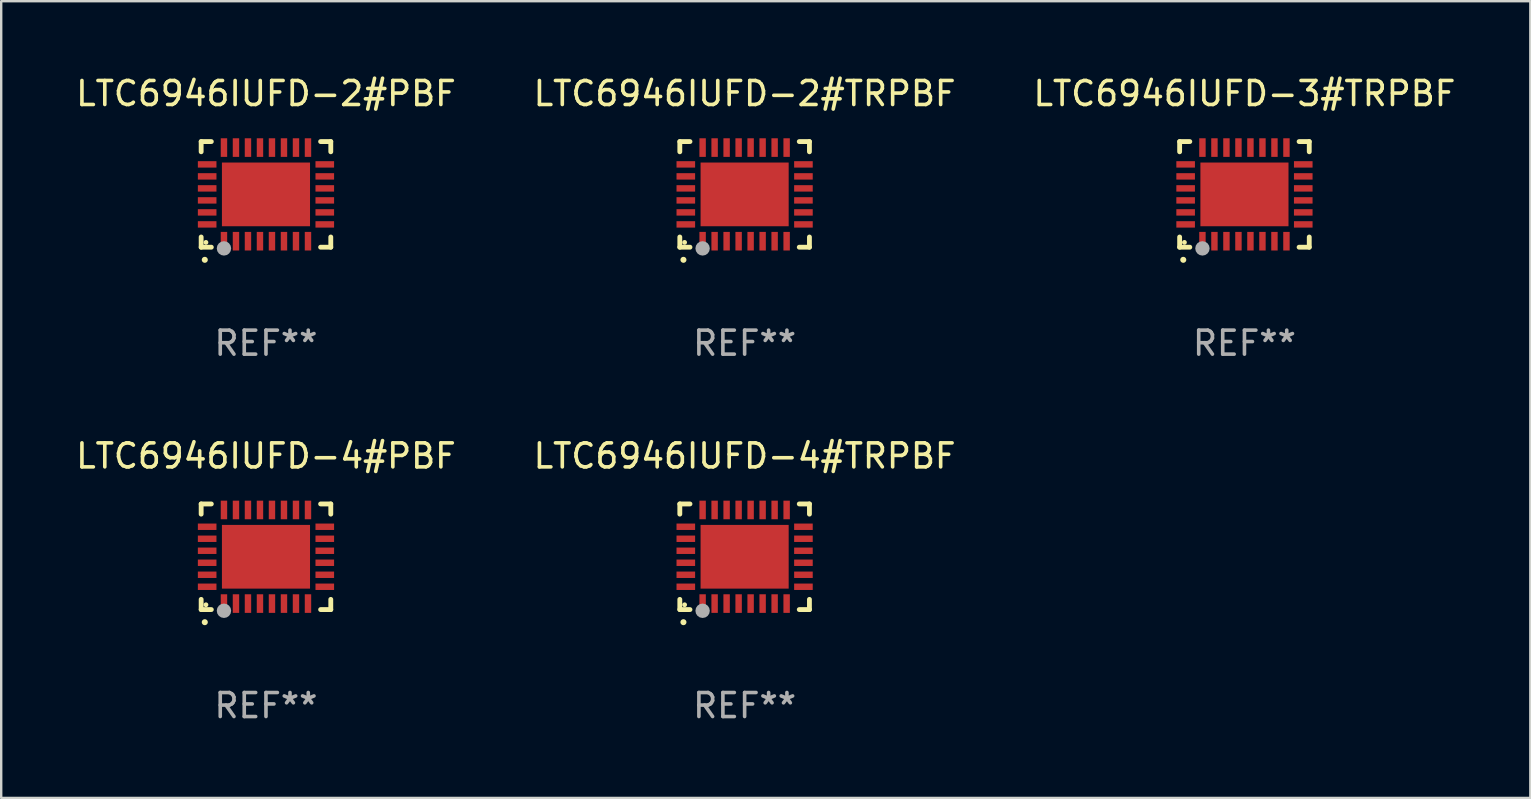
<source format=kicad_pcb>
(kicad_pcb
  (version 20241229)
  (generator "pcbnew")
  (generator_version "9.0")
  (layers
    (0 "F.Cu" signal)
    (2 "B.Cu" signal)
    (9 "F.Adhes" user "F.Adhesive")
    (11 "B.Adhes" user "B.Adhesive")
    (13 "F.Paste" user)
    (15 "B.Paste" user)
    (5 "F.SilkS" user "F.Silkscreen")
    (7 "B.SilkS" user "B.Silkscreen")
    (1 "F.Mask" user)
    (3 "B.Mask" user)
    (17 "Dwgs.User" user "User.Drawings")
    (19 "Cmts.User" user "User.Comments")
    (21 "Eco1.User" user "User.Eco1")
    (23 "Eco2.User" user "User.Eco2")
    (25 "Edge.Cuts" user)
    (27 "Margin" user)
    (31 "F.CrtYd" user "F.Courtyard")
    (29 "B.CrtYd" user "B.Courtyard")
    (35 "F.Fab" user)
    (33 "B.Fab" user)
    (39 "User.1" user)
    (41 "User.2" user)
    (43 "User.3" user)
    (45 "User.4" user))
  (footprint "LTC6946IUFD-4#PBF"
    (layer "F.Cu")
    (at 8.03 20.144)
    (property "Reference" "LTC6946IUFD-4#PBF" (at 0 -4.2 0) (layer "F.SilkS") (effects (font (size 1 1) (thickness 0.15))))
    (attr through_hole)
    (fp_line (start -2.7 -2.2) (end -2.276 -2.2) (stroke (width 0.201) (type solid)) (layer "F.SilkS"))
    (fp_line (start -2.7 -1.775) (end -2.7 -2.2) (stroke (width 0.201) (type solid)) (layer "F.SilkS"))
    (fp_line (start -2.7 2.2) (end -2.7 1.775) (stroke (width 0.201) (type solid)) (layer "F.SilkS"))
    (fp_line (start -2.276 2.2) (end -2.7 2.2) (stroke (width 0.201) (type solid)) (layer "F.SilkS"))
    (fp_line (start 2.276 2.2) (end 2.7 2.2) (stroke (width 0.201) (type solid)) (layer "F.SilkS"))
    (fp_line (start 2.7 -2.2) (end 2.276 -2.2) (stroke (width 0.201) (type solid)) (layer "F.SilkS"))
    (fp_line (start 2.7 -1.775) (end 2.7 -2.2) (stroke (width 0.201) (type solid)) (layer "F.SilkS"))
    (fp_line (start 2.7 2.2) (end 2.7 1.775) (stroke (width 0.201) (type solid)) (layer "F.SilkS"))
    (fp_arc (start -2.550165 2.725425) (mid -2.548895 2.725419) (end -2.547625 2.725425) (stroke (width 0.24892) (type solid)) (layer "F.SilkS"))
    (fp_circle (center -2.5 2) (end -2.45 2) (stroke (width 0.1) (type solid)) (fill no) (layer "F.SilkS"))
    (fp_circle (center -1.75 2.25) (end -1.6 2.25) (stroke (width 0.3) (type solid)) (fill no) (layer "F.Fab"))
    (fp_text user "REF**" (at 0 6.2 0) (layer "F.Fab") (effects (font (size 1 1) (thickness 0.15))))
    (pad "1" smd rect (at -1.75 1.95) (size 0.267 0.775) (layers "F.Cu" "F.Mask" "F.Paste"))
    (pad "2" smd rect (at -1.25 1.95) (size 0.267 0.775) (layers "F.Cu" "F.Mask" "F.Paste"))
    (pad "3" smd rect (at -0.75 1.95) (size 0.267 0.775) (layers "F.Cu" "F.Mask" "F.Paste"))
    (pad "4" smd rect (at -0.25 1.95) (size 0.267 0.775) (layers "F.Cu" "F.Mask" "F.Paste"))
    (pad "5" smd rect (at 0.25 1.95) (size 0.267 0.775) (layers "F.Cu" "F.Mask" "F.Paste"))
    (pad "6" smd rect (at 0.75 1.95) (size 0.267 0.775) (layers "F.Cu" "F.Mask" "F.Paste"))
    (pad "7" smd rect (at 1.25 1.95) (size 0.267 0.775) (layers "F.Cu" "F.Mask" "F.Paste"))
    (pad "8" smd rect (at 1.75 1.95) (size 0.267 0.775) (layers "F.Cu" "F.Mask" "F.Paste"))
    (pad "9" smd rect (at 2.45 1.25) (size 0.775 0.267) (layers "F.Cu" "F.Mask" "F.Paste"))
    (pad "10" smd rect (at 2.45 0.75) (size 0.775 0.267) (layers "F.Cu" "F.Mask" "F.Paste"))
    (pad "11" smd rect (at 2.45 0.25) (size 0.775 0.267) (layers "F.Cu" "F.Mask" "F.Paste"))
    (pad "12" smd rect (at 2.45 -0.25) (size 0.775 0.267) (layers "F.Cu" "F.Mask" "F.Paste"))
    (pad "13" smd rect (at 2.45 -0.75) (size 0.775 0.267) (layers "F.Cu" "F.Mask" "F.Paste"))
    (pad "14" smd rect (at 2.45 -1.25) (size 0.775 0.267) (layers "F.Cu" "F.Mask" "F.Paste"))
    (pad "15" smd rect (at 1.75 -1.95) (size 0.267 0.775) (layers "F.Cu" "F.Mask" "F.Paste"))
    (pad "16" smd rect (at 1.25 -1.95) (size 0.267 0.775) (layers "F.Cu" "F.Mask" "F.Paste"))
    (pad "17" smd rect (at 0.75 -1.95) (size 0.267 0.775) (layers "F.Cu" "F.Mask" "F.Paste"))
    (pad "18" smd rect (at 0.25 -1.95) (size 0.267 0.775) (layers "F.Cu" "F.Mask" "F.Paste"))
    (pad "19" smd rect (at -0.25 -1.95) (size 0.267 0.775) (layers "F.Cu" "F.Mask" "F.Paste"))
    (pad "20" smd rect (at -0.75 -1.95) (size 0.267 0.775) (layers "F.Cu" "F.Mask" "F.Paste"))
    (pad "21" smd rect (at -1.25 -1.95) (size 0.267 0.775) (layers "F.Cu" "F.Mask" "F.Paste"))
    (pad "22" smd rect (at -1.75 -1.95) (size 0.267 0.775) (layers "F.Cu" "F.Mask" "F.Paste"))
    (pad "23" smd rect (at -2.45 -1.25) (size 0.775 0.267) (layers "F.Cu" "F.Mask" "F.Paste"))
    (pad "24" smd rect (at -2.45 -0.75) (size 0.775 0.267) (layers "F.Cu" "F.Mask" "F.Paste"))
    (pad "25" smd rect (at -2.45 -0.25) (size 0.775 0.267) (layers "F.Cu" "F.Mask" "F.Paste"))
    (pad "26" smd rect (at -2.45 0.25) (size 0.775 0.267) (layers "F.Cu" "F.Mask" "F.Paste"))
    (pad "27" smd rect (at -2.45 0.75) (size 0.775 0.267) (layers "F.Cu" "F.Mask" "F.Paste"))
    (pad "28" smd rect (at -2.45 1.25) (size 0.775 0.267) (layers "F.Cu" "F.Mask" "F.Paste"))
    (pad "29" smd rect (at 0.000127 0.000127) (size 3.67 2.654) (layers "F.Cu" "F.Mask" "F.Paste")))
  (footprint "LTC6946IUFD-2#TRPBF"
    (layer "F.Cu")
    (at 27.97 5.048)
    (property "Reference" "LTC6946IUFD-2#TRPBF" (at 0 -4.2 0) (layer "F.SilkS") (effects (font (size 1 1) (thickness 0.15))))
    (attr through_hole)
    (fp_line (start -2.7 -2.2) (end -2.276 -2.2) (stroke (width 0.201) (type solid)) (layer "F.SilkS"))
    (fp_line (start -2.7 -1.775) (end -2.7 -2.2) (stroke (width 0.201) (type solid)) (layer "F.SilkS"))
    (fp_line (start -2.7 2.2) (end -2.7 1.775) (stroke (width 0.201) (type solid)) (layer "F.SilkS"))
    (fp_line (start -2.276 2.2) (end -2.7 2.2) (stroke (width 0.201) (type solid)) (layer "F.SilkS"))
    (fp_line (start 2.276 2.2) (end 2.7 2.2) (stroke (width 0.201) (type solid)) (layer "F.SilkS"))
    (fp_line (start 2.7 -2.2) (end 2.276 -2.2) (stroke (width 0.201) (type solid)) (layer "F.SilkS"))
    (fp_line (start 2.7 -1.775) (end 2.7 -2.2) (stroke (width 0.201) (type solid)) (layer "F.SilkS"))
    (fp_line (start 2.7 2.2) (end 2.7 1.775) (stroke (width 0.201) (type solid)) (layer "F.SilkS"))
    (fp_arc (start -2.550165 2.725425) (mid -2.548895 2.725419) (end -2.547625 2.725425) (stroke (width 0.24892) (type solid)) (layer "F.SilkS"))
    (fp_circle (center -2.5 2) (end -2.45 2) (stroke (width 0.1) (type solid)) (fill no) (layer "F.SilkS"))
    (fp_circle (center -1.75 2.25) (end -1.6 2.25) (stroke (width 0.3) (type solid)) (fill no) (layer "F.Fab"))
    (fp_text user "REF**" (at 0 6.2 0) (layer "F.Fab") (effects (font (size 1 1) (thickness 0.15))))
    (pad "1" smd rect (at -1.75 1.95) (size 0.267 0.775) (layers "F.Cu" "F.Mask" "F.Paste"))
    (pad "2" smd rect (at -1.25 1.95) (size 0.267 0.775) (layers "F.Cu" "F.Mask" "F.Paste"))
    (pad "3" smd rect (at -0.75 1.95) (size 0.267 0.775) (layers "F.Cu" "F.Mask" "F.Paste"))
    (pad "4" smd rect (at -0.25 1.95) (size 0.267 0.775) (layers "F.Cu" "F.Mask" "F.Paste"))
    (pad "5" smd rect (at 0.25 1.95) (size 0.267 0.775) (layers "F.Cu" "F.Mask" "F.Paste"))
    (pad "6" smd rect (at 0.75 1.95) (size 0.267 0.775) (layers "F.Cu" "F.Mask" "F.Paste"))
    (pad "7" smd rect (at 1.25 1.95) (size 0.267 0.775) (layers "F.Cu" "F.Mask" "F.Paste"))
    (pad "8" smd rect (at 1.75 1.95) (size 0.267 0.775) (layers "F.Cu" "F.Mask" "F.Paste"))
    (pad "9" smd rect (at 2.45 1.25) (size 0.775 0.267) (layers "F.Cu" "F.Mask" "F.Paste"))
    (pad "10" smd rect (at 2.45 0.75) (size 0.775 0.267) (layers "F.Cu" "F.Mask" "F.Paste"))
    (pad "11" smd rect (at 2.45 0.25) (size 0.775 0.267) (layers "F.Cu" "F.Mask" "F.Paste"))
    (pad "12" smd rect (at 2.45 -0.25) (size 0.775 0.267) (layers "F.Cu" "F.Mask" "F.Paste"))
    (pad "13" smd rect (at 2.45 -0.75) (size 0.775 0.267) (layers "F.Cu" "F.Mask" "F.Paste"))
    (pad "14" smd rect (at 2.45 -1.25) (size 0.775 0.267) (layers "F.Cu" "F.Mask" "F.Paste"))
    (pad "15" smd rect (at 1.75 -1.95) (size 0.267 0.775) (layers "F.Cu" "F.Mask" "F.Paste"))
    (pad "16" smd rect (at 1.25 -1.95) (size 0.267 0.775) (layers "F.Cu" "F.Mask" "F.Paste"))
    (pad "17" smd rect (at 0.75 -1.95) (size 0.267 0.775) (layers "F.Cu" "F.Mask" "F.Paste"))
    (pad "18" smd rect (at 0.25 -1.95) (size 0.267 0.775) (layers "F.Cu" "F.Mask" "F.Paste"))
    (pad "19" smd rect (at -0.25 -1.95) (size 0.267 0.775) (layers "F.Cu" "F.Mask" "F.Paste"))
    (pad "20" smd rect (at -0.75 -1.95) (size 0.267 0.775) (layers "F.Cu" "F.Mask" "F.Paste"))
    (pad "21" smd rect (at -1.25 -1.95) (size 0.267 0.775) (layers "F.Cu" "F.Mask" "F.Paste"))
    (pad "22" smd rect (at -1.75 -1.95) (size 0.267 0.775) (layers "F.Cu" "F.Mask" "F.Paste"))
    (pad "23" smd rect (at -2.45 -1.25) (size 0.775 0.267) (layers "F.Cu" "F.Mask" "F.Paste"))
    (pad "24" smd rect (at -2.45 -0.75) (size 0.775 0.267) (layers "F.Cu" "F.Mask" "F.Paste"))
    (pad "25" smd rect (at -2.45 -0.25) (size 0.775 0.267) (layers "F.Cu" "F.Mask" "F.Paste"))
    (pad "26" smd rect (at -2.45 0.25) (size 0.775 0.267) (layers "F.Cu" "F.Mask" "F.Paste"))
    (pad "27" smd rect (at -2.45 0.75) (size 0.775 0.267) (layers "F.Cu" "F.Mask" "F.Paste"))
    (pad "28" smd rect (at -2.45 1.25) (size 0.775 0.267) (layers "F.Cu" "F.Mask" "F.Paste"))
    (pad "29" smd rect (at 0.000127 0.000127) (size 3.67 2.654) (layers "F.Cu" "F.Mask" "F.Paste")))
  (footprint "LTC6946IUFD-3#TRPBF"
    (layer "F.Cu")
    (at 48.792 5.048)
    (property "Reference" "LTC6946IUFD-3#TRPBF" (at 0 -4.2 0) (layer "F.SilkS") (effects (font (size 1 1) (thickness 0.15))))
    (attr through_hole)
    (fp_line (start -2.7 -2.2) (end -2.276 -2.2) (stroke (width 0.201) (type solid)) (layer "F.SilkS"))
    (fp_line (start -2.7 -1.775) (end -2.7 -2.2) (stroke (width 0.201) (type solid)) (layer "F.SilkS"))
    (fp_line (start -2.7 2.2) (end -2.7 1.775) (stroke (width 0.201) (type solid)) (layer "F.SilkS"))
    (fp_line (start -2.276 2.2) (end -2.7 2.2) (stroke (width 0.201) (type solid)) (layer "F.SilkS"))
    (fp_line (start 2.276 2.2) (end 2.7 2.2) (stroke (width 0.201) (type solid)) (layer "F.SilkS"))
    (fp_line (start 2.7 -2.2) (end 2.276 -2.2) (stroke (width 0.201) (type solid)) (layer "F.SilkS"))
    (fp_line (start 2.7 -1.775) (end 2.7 -2.2) (stroke (width 0.201) (type solid)) (layer "F.SilkS"))
    (fp_line (start 2.7 2.2) (end 2.7 1.775) (stroke (width 0.201) (type solid)) (layer "F.SilkS"))
    (fp_arc (start -2.550165 2.725425) (mid -2.548895 2.725419) (end -2.547625 2.725425) (stroke (width 0.24892) (type solid)) (layer "F.SilkS"))
    (fp_circle (center -2.5 2) (end -2.45 2) (stroke (width 0.1) (type solid)) (fill no) (layer "F.SilkS"))
    (fp_circle (center -1.75 2.25) (end -1.6 2.25) (stroke (width 0.3) (type solid)) (fill no) (layer "F.Fab"))
    (fp_text user "REF**" (at 0 6.2 0) (layer "F.Fab") (effects (font (size 1 1) (thickness 0.15))))
    (pad "1" smd rect (at -1.75 1.95) (size 0.267 0.775) (layers "F.Cu" "F.Mask" "F.Paste"))
    (pad "2" smd rect (at -1.25 1.95) (size 0.267 0.775) (layers "F.Cu" "F.Mask" "F.Paste"))
    (pad "3" smd rect (at -0.75 1.95) (size 0.267 0.775) (layers "F.Cu" "F.Mask" "F.Paste"))
    (pad "4" smd rect (at -0.25 1.95) (size 0.267 0.775) (layers "F.Cu" "F.Mask" "F.Paste"))
    (pad "5" smd rect (at 0.25 1.95) (size 0.267 0.775) (layers "F.Cu" "F.Mask" "F.Paste"))
    (pad "6" smd rect (at 0.75 1.95) (size 0.267 0.775) (layers "F.Cu" "F.Mask" "F.Paste"))
    (pad "7" smd rect (at 1.25 1.95) (size 0.267 0.775) (layers "F.Cu" "F.Mask" "F.Paste"))
    (pad "8" smd rect (at 1.75 1.95) (size 0.267 0.775) (layers "F.Cu" "F.Mask" "F.Paste"))
    (pad "9" smd rect (at 2.45 1.25) (size 0.775 0.267) (layers "F.Cu" "F.Mask" "F.Paste"))
    (pad "10" smd rect (at 2.45 0.75) (size 0.775 0.267) (layers "F.Cu" "F.Mask" "F.Paste"))
    (pad "11" smd rect (at 2.45 0.25) (size 0.775 0.267) (layers "F.Cu" "F.Mask" "F.Paste"))
    (pad "12" smd rect (at 2.45 -0.25) (size 0.775 0.267) (layers "F.Cu" "F.Mask" "F.Paste"))
    (pad "13" smd rect (at 2.45 -0.75) (size 0.775 0.267) (layers "F.Cu" "F.Mask" "F.Paste"))
    (pad "14" smd rect (at 2.45 -1.25) (size 0.775 0.267) (layers "F.Cu" "F.Mask" "F.Paste"))
    (pad "15" smd rect (at 1.75 -1.95) (size 0.267 0.775) (layers "F.Cu" "F.Mask" "F.Paste"))
    (pad "16" smd rect (at 1.25 -1.95) (size 0.267 0.775) (layers "F.Cu" "F.Mask" "F.Paste"))
    (pad "17" smd rect (at 0.75 -1.95) (size 0.267 0.775) (layers "F.Cu" "F.Mask" "F.Paste"))
    (pad "18" smd rect (at 0.25 -1.95) (size 0.267 0.775) (layers "F.Cu" "F.Mask" "F.Paste"))
    (pad "19" smd rect (at -0.25 -1.95) (size 0.267 0.775) (layers "F.Cu" "F.Mask" "F.Paste"))
    (pad "20" smd rect (at -0.75 -1.95) (size 0.267 0.775) (layers "F.Cu" "F.Mask" "F.Paste"))
    (pad "21" smd rect (at -1.25 -1.95) (size 0.267 0.775) (layers "F.Cu" "F.Mask" "F.Paste"))
    (pad "22" smd rect (at -1.75 -1.95) (size 0.267 0.775) (layers "F.Cu" "F.Mask" "F.Paste"))
    (pad "23" smd rect (at -2.45 -1.25) (size 0.775 0.267) (layers "F.Cu" "F.Mask" "F.Paste"))
    (pad "24" smd rect (at -2.45 -0.75) (size 0.775 0.267) (layers "F.Cu" "F.Mask" "F.Paste"))
    (pad "25" smd rect (at -2.45 -0.25) (size 0.775 0.267) (layers "F.Cu" "F.Mask" "F.Paste"))
    (pad "26" smd rect (at -2.45 0.25) (size 0.775 0.267) (layers "F.Cu" "F.Mask" "F.Paste"))
    (pad "27" smd rect (at -2.45 0.75) (size 0.775 0.267) (layers "F.Cu" "F.Mask" "F.Paste"))
    (pad "28" smd rect (at -2.45 1.25) (size 0.775 0.267) (layers "F.Cu" "F.Mask" "F.Paste"))
    (pad "29" smd rect (at 0.000127 0.000127) (size 3.67 2.654) (layers "F.Cu" "F.Mask" "F.Paste")))
  (footprint "LTC6946IUFD-4#TRPBF"
    (layer "F.Cu")
    (at 27.97 20.144)
    (property "Reference" "LTC6946IUFD-4#TRPBF" (at 0 -4.2 0) (layer "F.SilkS") (effects (font (size 1 1) (thickness 0.15))))
    (attr through_hole)
    (fp_line (start -2.7 -2.2) (end -2.276 -2.2) (stroke (width 0.201) (type solid)) (layer "F.SilkS"))
    (fp_line (start -2.7 -1.775) (end -2.7 -2.2) (stroke (width 0.201) (type solid)) (layer "F.SilkS"))
    (fp_line (start -2.7 2.2) (end -2.7 1.775) (stroke (width 0.201) (type solid)) (layer "F.SilkS"))
    (fp_line (start -2.276 2.2) (end -2.7 2.2) (stroke (width 0.201) (type solid)) (layer "F.SilkS"))
    (fp_line (start 2.276 2.2) (end 2.7 2.2) (stroke (width 0.201) (type solid)) (layer "F.SilkS"))
    (fp_line (start 2.7 -2.2) (end 2.276 -2.2) (stroke (width 0.201) (type solid)) (layer "F.SilkS"))
    (fp_line (start 2.7 -1.775) (end 2.7 -2.2) (stroke (width 0.201) (type solid)) (layer "F.SilkS"))
    (fp_line (start 2.7 2.2) (end 2.7 1.775) (stroke (width 0.201) (type solid)) (layer "F.SilkS"))
    (fp_arc (start -2.550165 2.725425) (mid -2.548895 2.725419) (end -2.547625 2.725425) (stroke (width 0.24892) (type solid)) (layer "F.SilkS"))
    (fp_circle (center -2.5 2) (end -2.45 2) (stroke (width 0.1) (type solid)) (fill no) (layer "F.SilkS"))
    (fp_circle (center -1.75 2.25) (end -1.6 2.25) (stroke (width 0.3) (type solid)) (fill no) (layer "F.Fab"))
    (fp_text user "REF**" (at 0 6.2 0) (layer "F.Fab") (effects (font (size 1 1) (thickness 0.15))))
    (pad "1" smd rect (at -1.75 1.95) (size 0.267 0.775) (layers "F.Cu" "F.Mask" "F.Paste"))
    (pad "2" smd rect (at -1.25 1.95) (size 0.267 0.775) (layers "F.Cu" "F.Mask" "F.Paste"))
    (pad "3" smd rect (at -0.75 1.95) (size 0.267 0.775) (layers "F.Cu" "F.Mask" "F.Paste"))
    (pad "4" smd rect (at -0.25 1.95) (size 0.267 0.775) (layers "F.Cu" "F.Mask" "F.Paste"))
    (pad "5" smd rect (at 0.25 1.95) (size 0.267 0.775) (layers "F.Cu" "F.Mask" "F.Paste"))
    (pad "6" smd rect (at 0.75 1.95) (size 0.267 0.775) (layers "F.Cu" "F.Mask" "F.Paste"))
    (pad "7" smd rect (at 1.25 1.95) (size 0.267 0.775) (layers "F.Cu" "F.Mask" "F.Paste"))
    (pad "8" smd rect (at 1.75 1.95) (size 0.267 0.775) (layers "F.Cu" "F.Mask" "F.Paste"))
    (pad "9" smd rect (at 2.45 1.25) (size 0.775 0.267) (layers "F.Cu" "F.Mask" "F.Paste"))
    (pad "10" smd rect (at 2.45 0.75) (size 0.775 0.267) (layers "F.Cu" "F.Mask" "F.Paste"))
    (pad "11" smd rect (at 2.45 0.25) (size 0.775 0.267) (layers "F.Cu" "F.Mask" "F.Paste"))
    (pad "12" smd rect (at 2.45 -0.25) (size 0.775 0.267) (layers "F.Cu" "F.Mask" "F.Paste"))
    (pad "13" smd rect (at 2.45 -0.75) (size 0.775 0.267) (layers "F.Cu" "F.Mask" "F.Paste"))
    (pad "14" smd rect (at 2.45 -1.25) (size 0.775 0.267) (layers "F.Cu" "F.Mask" "F.Paste"))
    (pad "15" smd rect (at 1.75 -1.95) (size 0.267 0.775) (layers "F.Cu" "F.Mask" "F.Paste"))
    (pad "16" smd rect (at 1.25 -1.95) (size 0.267 0.775) (layers "F.Cu" "F.Mask" "F.Paste"))
    (pad "17" smd rect (at 0.75 -1.95) (size 0.267 0.775) (layers "F.Cu" "F.Mask" "F.Paste"))
    (pad "18" smd rect (at 0.25 -1.95) (size 0.267 0.775) (layers "F.Cu" "F.Mask" "F.Paste"))
    (pad "19" smd rect (at -0.25 -1.95) (size 0.267 0.775) (layers "F.Cu" "F.Mask" "F.Paste"))
    (pad "20" smd rect (at -0.75 -1.95) (size 0.267 0.775) (layers "F.Cu" "F.Mask" "F.Paste"))
    (pad "21" smd rect (at -1.25 -1.95) (size 0.267 0.775) (layers "F.Cu" "F.Mask" "F.Paste"))
    (pad "22" smd rect (at -1.75 -1.95) (size 0.267 0.775) (layers "F.Cu" "F.Mask" "F.Paste"))
    (pad "23" smd rect (at -2.45 -1.25) (size 0.775 0.267) (layers "F.Cu" "F.Mask" "F.Paste"))
    (pad "24" smd rect (at -2.45 -0.75) (size 0.775 0.267) (layers "F.Cu" "F.Mask" "F.Paste"))
    (pad "25" smd rect (at -2.45 -0.25) (size 0.775 0.267) (layers "F.Cu" "F.Mask" "F.Paste"))
    (pad "26" smd rect (at -2.45 0.25) (size 0.775 0.267) (layers "F.Cu" "F.Mask" "F.Paste"))
    (pad "27" smd rect (at -2.45 0.75) (size 0.775 0.267) (layers "F.Cu" "F.Mask" "F.Paste"))
    (pad "28" smd rect (at -2.45 1.25) (size 0.775 0.267) (layers "F.Cu" "F.Mask" "F.Paste"))
    (pad "29" smd rect (at 0.000127 0.000127) (size 3.67 2.654) (layers "F.Cu" "F.Mask" "F.Paste")))
  (footprint "LTC6946IUFD-2#PBF"
    (layer "F.Cu")
    (at 8.03 5.048)
    (property "Reference" "LTC6946IUFD-2#PBF" (at 0 -4.2 0) (layer "F.SilkS") (effects (font (size 1 1) (thickness 0.15))))
    (attr through_hole)
    (fp_line (start -2.7 -2.2) (end -2.276 -2.2) (stroke (width 0.201) (type solid)) (layer "F.SilkS"))
    (fp_line (start -2.7 -1.775) (end -2.7 -2.2) (stroke (width 0.201) (type solid)) (layer "F.SilkS"))
    (fp_line (start -2.7 2.2) (end -2.7 1.775) (stroke (width 0.201) (type solid)) (layer "F.SilkS"))
    (fp_line (start -2.276 2.2) (end -2.7 2.2) (stroke (width 0.201) (type solid)) (layer "F.SilkS"))
    (fp_line (start 2.276 2.2) (end 2.7 2.2) (stroke (width 0.201) (type solid)) (layer "F.SilkS"))
    (fp_line (start 2.7 -2.2) (end 2.276 -2.2) (stroke (width 0.201) (type solid)) (layer "F.SilkS"))
    (fp_line (start 2.7 -1.775) (end 2.7 -2.2) (stroke (width 0.201) (type solid)) (layer "F.SilkS"))
    (fp_line (start 2.7 2.2) (end 2.7 1.775) (stroke (width 0.201) (type solid)) (layer "F.SilkS"))
    (fp_arc (start -2.550165 2.725425) (mid -2.548895 2.725419) (end -2.547625 2.725425) (stroke (width 0.24892) (type solid)) (layer "F.SilkS"))
    (fp_circle (center -2.5 2) (end -2.45 2) (stroke (width 0.1) (type solid)) (fill no) (layer "F.SilkS"))
    (fp_circle (center -1.75 2.25) (end -1.6 2.25) (stroke (width 0.3) (type solid)) (fill no) (layer "F.Fab"))
    (fp_text user "REF**" (at 0 6.2 0) (layer "F.Fab") (effects (font (size 1 1) (thickness 0.15))))
    (pad "1" smd rect (at -1.75 1.95) (size 0.267 0.775) (layers "F.Cu" "F.Mask" "F.Paste"))
    (pad "2" smd rect (at -1.25 1.95) (size 0.267 0.775) (layers "F.Cu" "F.Mask" "F.Paste"))
    (pad "3" smd rect (at -0.75 1.95) (size 0.267 0.775) (layers "F.Cu" "F.Mask" "F.Paste"))
    (pad "4" smd rect (at -0.25 1.95) (size 0.267 0.775) (layers "F.Cu" "F.Mask" "F.Paste"))
    (pad "5" smd rect (at 0.25 1.95) (size 0.267 0.775) (layers "F.Cu" "F.Mask" "F.Paste"))
    (pad "6" smd rect (at 0.75 1.95) (size 0.267 0.775) (layers "F.Cu" "F.Mask" "F.Paste"))
    (pad "7" smd rect (at 1.25 1.95) (size 0.267 0.775) (layers "F.Cu" "F.Mask" "F.Paste"))
    (pad "8" smd rect (at 1.75 1.95) (size 0.267 0.775) (layers "F.Cu" "F.Mask" "F.Paste"))
    (pad "9" smd rect (at 2.45 1.25) (size 0.775 0.267) (layers "F.Cu" "F.Mask" "F.Paste"))
    (pad "10" smd rect (at 2.45 0.75) (size 0.775 0.267) (layers "F.Cu" "F.Mask" "F.Paste"))
    (pad "11" smd rect (at 2.45 0.25) (size 0.775 0.267) (layers "F.Cu" "F.Mask" "F.Paste"))
    (pad "12" smd rect (at 2.45 -0.25) (size 0.775 0.267) (layers "F.Cu" "F.Mask" "F.Paste"))
    (pad "13" smd rect (at 2.45 -0.75) (size 0.775 0.267) (layers "F.Cu" "F.Mask" "F.Paste"))
    (pad "14" smd rect (at 2.45 -1.25) (size 0.775 0.267) (layers "F.Cu" "F.Mask" "F.Paste"))
    (pad "15" smd rect (at 1.75 -1.95) (size 0.267 0.775) (layers "F.Cu" "F.Mask" "F.Paste"))
    (pad "16" smd rect (at 1.25 -1.95) (size 0.267 0.775) (layers "F.Cu" "F.Mask" "F.Paste"))
    (pad "17" smd rect (at 0.75 -1.95) (size 0.267 0.775) (layers "F.Cu" "F.Mask" "F.Paste"))
    (pad "18" smd rect (at 0.25 -1.95) (size 0.267 0.775) (layers "F.Cu" "F.Mask" "F.Paste"))
    (pad "19" smd rect (at -0.25 -1.95) (size 0.267 0.775) (layers "F.Cu" "F.Mask" "F.Paste"))
    (pad "20" smd rect (at -0.75 -1.95) (size 0.267 0.775) (layers "F.Cu" "F.Mask" "F.Paste"))
    (pad "21" smd rect (at -1.25 -1.95) (size 0.267 0.775) (layers "F.Cu" "F.Mask" "F.Paste"))
    (pad "22" smd rect (at -1.75 -1.95) (size 0.267 0.775) (layers "F.Cu" "F.Mask" "F.Paste"))
    (pad "23" smd rect (at -2.45 -1.25) (size 0.775 0.267) (layers "F.Cu" "F.Mask" "F.Paste"))
    (pad "24" smd rect (at -2.45 -0.75) (size 0.775 0.267) (layers "F.Cu" "F.Mask" "F.Paste"))
    (pad "25" smd rect (at -2.45 -0.25) (size 0.775 0.267) (layers "F.Cu" "F.Mask" "F.Paste"))
    (pad "26" smd rect (at -2.45 0.25) (size 0.775 0.267) (layers "F.Cu" "F.Mask" "F.Paste"))
    (pad "27" smd rect (at -2.45 0.75) (size 0.775 0.267) (layers "F.Cu" "F.Mask" "F.Paste"))
    (pad "28" smd rect (at -2.45 1.25) (size 0.775 0.267) (layers "F.Cu" "F.Mask" "F.Paste"))
    (pad "29" smd rect (at 0.000127 0.000127) (size 3.67 2.654) (layers "F.Cu" "F.Mask" "F.Paste")))
  (gr_rect
    (start -3 -3)
    (end 60.702 30.192)
    (stroke (width 0.1) (type default))
    (fill no)
    (layer "Edge.Cuts")))
</source>
